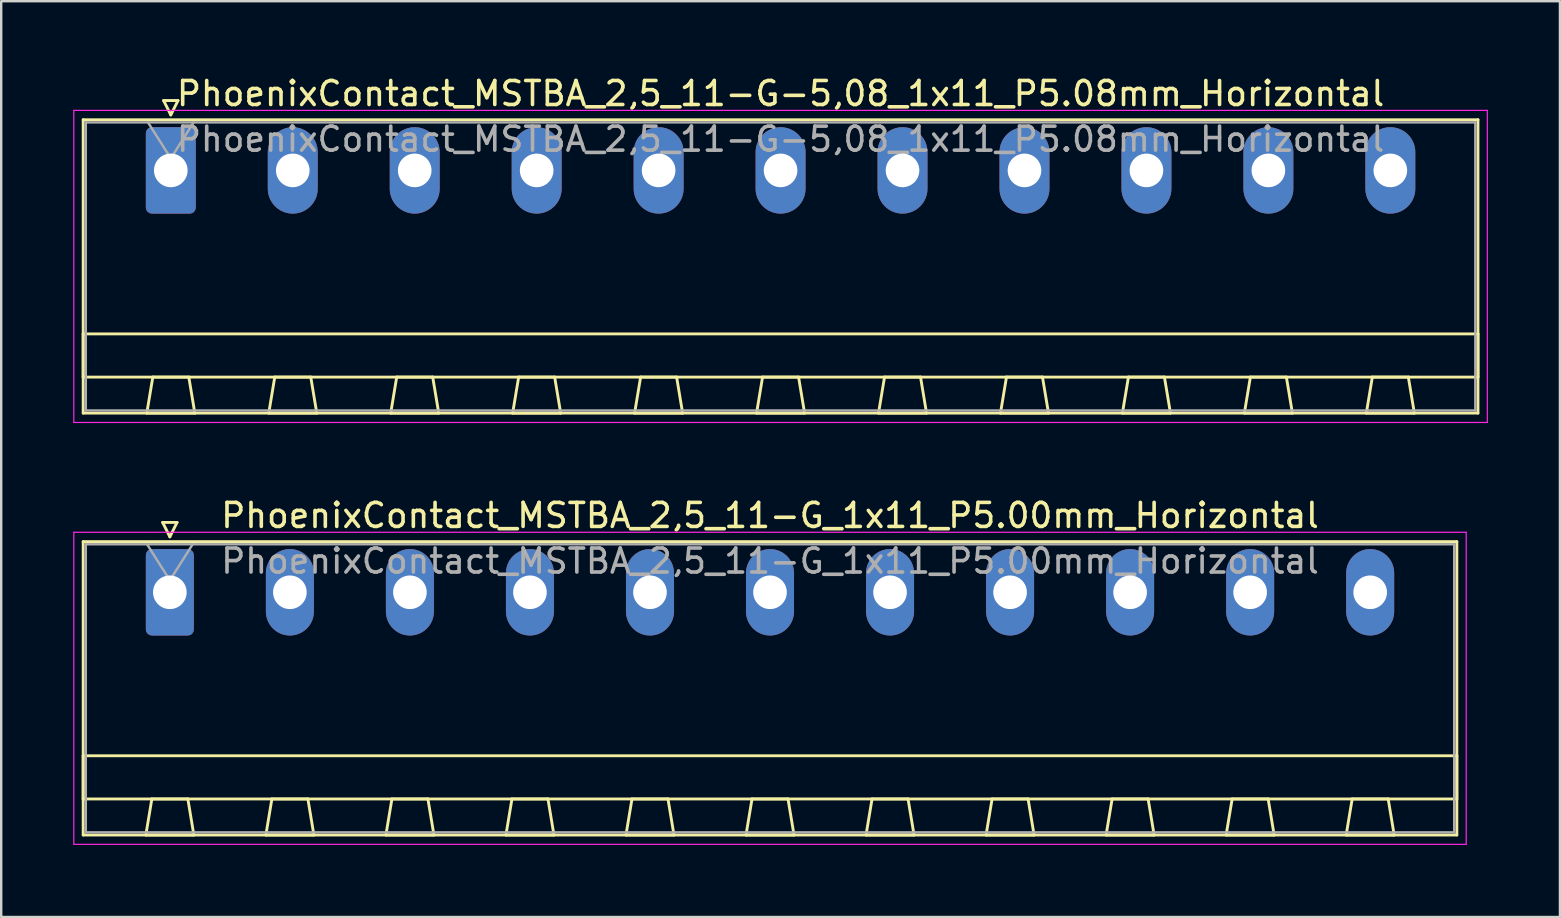
<source format=kicad_pcb>
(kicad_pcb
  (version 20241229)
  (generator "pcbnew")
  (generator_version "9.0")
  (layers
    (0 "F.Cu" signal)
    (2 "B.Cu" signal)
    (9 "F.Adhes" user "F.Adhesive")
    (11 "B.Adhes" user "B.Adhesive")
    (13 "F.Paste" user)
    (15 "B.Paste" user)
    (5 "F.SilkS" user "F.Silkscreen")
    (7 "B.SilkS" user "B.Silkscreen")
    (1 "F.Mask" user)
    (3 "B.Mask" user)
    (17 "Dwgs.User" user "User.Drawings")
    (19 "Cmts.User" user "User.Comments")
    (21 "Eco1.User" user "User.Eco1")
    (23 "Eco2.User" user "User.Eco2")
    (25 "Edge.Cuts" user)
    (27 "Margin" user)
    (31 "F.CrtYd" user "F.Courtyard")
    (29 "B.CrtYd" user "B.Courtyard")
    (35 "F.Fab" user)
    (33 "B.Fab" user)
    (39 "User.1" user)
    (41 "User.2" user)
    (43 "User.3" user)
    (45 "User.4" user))
  (footprint "PhoenixContact_MSTBA_2,5_11-G_1x11_P5.00mm_Horizontal"
    (layer "F.Cu")
    (at 4.025 21.622)
    (property "Reference" "PhoenixContact_MSTBA_2,5_11-G_1x11_P5.00mm_Horizontal" (at 25 -3.2 0) (layer "F.SilkS") (effects (font (size 1 1) (thickness 0.15))))
    (attr through_hole)
    (fp_line (start -3.61 -2.11) (end -3.61 10.11) (stroke (width 0.12) (type solid)) (layer "F.SilkS"))
    (fp_line (start -3.61 6.81) (end 53.61 6.81) (stroke (width 0.12) (type solid)) (layer "F.SilkS"))
    (fp_line (start -3.61 8.61) (end -3.61 6.81) (stroke (width 0.12) (type solid)) (layer "F.SilkS"))
    (fp_line (start -3.61 10.11) (end 53.61 10.11) (stroke (width 0.12) (type solid)) (layer "F.SilkS"))
    (fp_line (start -1 10.11) (end 1 10.11) (stroke (width 0.12) (type solid)) (layer "F.SilkS"))
    (fp_line (start -0.75 8.61) (end -1 10.11) (stroke (width 0.12) (type solid)) (layer "F.SilkS"))
    (fp_line (start -0.3 -2.91) (end 0.3 -2.91) (stroke (width 0.12) (type solid)) (layer "F.SilkS"))
    (fp_line (start 0 -2.31) (end -0.3 -2.91) (stroke (width 0.12) (type solid)) (layer "F.SilkS"))
    (fp_line (start 0.3 -2.91) (end 0 -2.31) (stroke (width 0.12) (type solid)) (layer "F.SilkS"))
    (fp_line (start 0.75 8.61) (end -0.75 8.61) (stroke (width 0.12) (type solid)) (layer "F.SilkS"))
    (fp_line (start 1 10.11) (end 0.75 8.61) (stroke (width 0.12) (type solid)) (layer "F.SilkS"))
    (fp_line (start 4 10.11) (end 6 10.11) (stroke (width 0.12) (type solid)) (layer "F.SilkS"))
    (fp_line (start 4.25 8.61) (end 4 10.11) (stroke (width 0.12) (type solid)) (layer "F.SilkS"))
    (fp_line (start 5.75 8.61) (end 4.25 8.61) (stroke (width 0.12) (type solid)) (layer "F.SilkS"))
    (fp_line (start 6 10.11) (end 5.75 8.61) (stroke (width 0.12) (type solid)) (layer "F.SilkS"))
    (fp_line (start 9 10.11) (end 11 10.11) (stroke (width 0.12) (type solid)) (layer "F.SilkS"))
    (fp_line (start 9.25 8.61) (end 9 10.11) (stroke (width 0.12) (type solid)) (layer "F.SilkS"))
    (fp_line (start 10.75 8.61) (end 9.25 8.61) (stroke (width 0.12) (type solid)) (layer "F.SilkS"))
    (fp_line (start 11 10.11) (end 10.75 8.61) (stroke (width 0.12) (type solid)) (layer "F.SilkS"))
    (fp_line (start 14 10.11) (end 16 10.11) (stroke (width 0.12) (type solid)) (layer "F.SilkS"))
    (fp_line (start 14.25 8.61) (end 14 10.11) (stroke (width 0.12) (type solid)) (layer "F.SilkS"))
    (fp_line (start 15.75 8.61) (end 14.25 8.61) (stroke (width 0.12) (type solid)) (layer "F.SilkS"))
    (fp_line (start 16 10.11) (end 15.75 8.61) (stroke (width 0.12) (type solid)) (layer "F.SilkS"))
    (fp_line (start 19 10.11) (end 21 10.11) (stroke (width 0.12) (type solid)) (layer "F.SilkS"))
    (fp_line (start 19.25 8.61) (end 19 10.11) (stroke (width 0.12) (type solid)) (layer "F.SilkS"))
    (fp_line (start 20.75 8.61) (end 19.25 8.61) (stroke (width 0.12) (type solid)) (layer "F.SilkS"))
    (fp_line (start 21 10.11) (end 20.75 8.61) (stroke (width 0.12) (type solid)) (layer "F.SilkS"))
    (fp_line (start 24 10.11) (end 26 10.11) (stroke (width 0.12) (type solid)) (layer "F.SilkS"))
    (fp_line (start 24.25 8.61) (end 24 10.11) (stroke (width 0.12) (type solid)) (layer "F.SilkS"))
    (fp_line (start 25.75 8.61) (end 24.25 8.61) (stroke (width 0.12) (type solid)) (layer "F.SilkS"))
    (fp_line (start 26 10.11) (end 25.75 8.61) (stroke (width 0.12) (type solid)) (layer "F.SilkS"))
    (fp_line (start 29 10.11) (end 31 10.11) (stroke (width 0.12) (type solid)) (layer "F.SilkS"))
    (fp_line (start 29.25 8.61) (end 29 10.11) (stroke (width 0.12) (type solid)) (layer "F.SilkS"))
    (fp_line (start 30.75 8.61) (end 29.25 8.61) (stroke (width 0.12) (type solid)) (layer "F.SilkS"))
    (fp_line (start 31 10.11) (end 30.75 8.61) (stroke (width 0.12) (type solid)) (layer "F.SilkS"))
    (fp_line (start 34 10.11) (end 36 10.11) (stroke (width 0.12) (type solid)) (layer "F.SilkS"))
    (fp_line (start 34.25 8.61) (end 34 10.11) (stroke (width 0.12) (type solid)) (layer "F.SilkS"))
    (fp_line (start 35.75 8.61) (end 34.25 8.61) (stroke (width 0.12) (type solid)) (layer "F.SilkS"))
    (fp_line (start 36 10.11) (end 35.75 8.61) (stroke (width 0.12) (type solid)) (layer "F.SilkS"))
    (fp_line (start 39 10.11) (end 41 10.11) (stroke (width 0.12) (type solid)) (layer "F.SilkS"))
    (fp_line (start 39.25 8.61) (end 39 10.11) (stroke (width 0.12) (type solid)) (layer "F.SilkS"))
    (fp_line (start 40.75 8.61) (end 39.25 8.61) (stroke (width 0.12) (type solid)) (layer "F.SilkS"))
    (fp_line (start 41 10.11) (end 40.75 8.61) (stroke (width 0.12) (type solid)) (layer "F.SilkS"))
    (fp_line (start 44 10.11) (end 46 10.11) (stroke (width 0.12) (type solid)) (layer "F.SilkS"))
    (fp_line (start 44.25 8.61) (end 44 10.11) (stroke (width 0.12) (type solid)) (layer "F.SilkS"))
    (fp_line (start 45.75 8.61) (end 44.25 8.61) (stroke (width 0.12) (type solid)) (layer "F.SilkS"))
    (fp_line (start 46 10.11) (end 45.75 8.61) (stroke (width 0.12) (type solid)) (layer "F.SilkS"))
    (fp_line (start 49 10.11) (end 51 10.11) (stroke (width 0.12) (type solid)) (layer "F.SilkS"))
    (fp_line (start 49.25 8.61) (end 49 10.11) (stroke (width 0.12) (type solid)) (layer "F.SilkS"))
    (fp_line (start 50.75 8.61) (end 49.25 8.61) (stroke (width 0.12) (type solid)) (layer "F.SilkS"))
    (fp_line (start 51 10.11) (end 50.75 8.61) (stroke (width 0.12) (type solid)) (layer "F.SilkS"))
    (fp_line (start 53.61 -2.11) (end -3.61 -2.11) (stroke (width 0.12) (type solid)) (layer "F.SilkS"))
    (fp_line (start 53.61 6.81) (end 53.61 8.61) (stroke (width 0.12) (type solid)) (layer "F.SilkS"))
    (fp_line (start 53.61 8.61) (end -3.61 8.61) (stroke (width 0.12) (type solid)) (layer "F.SilkS"))
    (fp_line (start 53.61 10.11) (end 53.61 -2.11) (stroke (width 0.12) (type solid)) (layer "F.SilkS"))
    (fp_line (start -4 -2.5) (end -4 10.5) (stroke (width 0.05) (type solid)) (layer "F.CrtYd"))
    (fp_line (start -4 10.5) (end 54 10.5) (stroke (width 0.05) (type solid)) (layer "F.CrtYd"))
    (fp_line (start 54 -2.5) (end -4 -2.5) (stroke (width 0.05) (type solid)) (layer "F.CrtYd"))
    (fp_line (start 54 10.5) (end 54 -2.5) (stroke (width 0.05) (type solid)) (layer "F.CrtYd"))
    (fp_line (start -3.5 -2) (end -3.5 10) (stroke (width 0.1) (type solid)) (layer "F.Fab"))
    (fp_line (start -3.5 10) (end 53.5 10) (stroke (width 0.1) (type solid)) (layer "F.Fab"))
    (fp_line (start 0 -0.5) (end -0.95 -2) (stroke (width 0.1) (type solid)) (layer "F.Fab"))
    (fp_line (start 0.95 -2) (end 0 -0.5) (stroke (width 0.1) (type solid)) (layer "F.Fab"))
    (fp_line (start 53.5 -2) (end -3.5 -2) (stroke (width 0.1) (type solid)) (layer "F.Fab"))
    (fp_line (start 53.5 10) (end 53.5 -2) (stroke (width 0.1) (type solid)) (layer "F.Fab"))
    (fp_text user "${REFERENCE}" (at 25 -1.3 0) (layer "F.Fab") (effects (font (size 1 1) (thickness 0.15))))
    (pad "1" thru_hole roundrect (at 0 0) (size 2 3.6) (drill 1.4) (layers "*.Cu" "*.Mask") (roundrect_rratio 0.125))
    (pad "2" thru_hole oval (at 5 0) (size 2 3.6) (drill 1.4) (layers "*.Cu" "*.Mask"))
    (pad "3" thru_hole oval (at 10 0) (size 2 3.6) (drill 1.4) (layers "*.Cu" "*.Mask"))
    (pad "4" thru_hole oval (at 15 0) (size 2 3.6) (drill 1.4) (layers "*.Cu" "*.Mask"))
    (pad "5" thru_hole oval (at 20 0) (size 2 3.6) (drill 1.4) (layers "*.Cu" "*.Mask"))
    (pad "6" thru_hole oval (at 25 0) (size 2 3.6) (drill 1.4) (layers "*.Cu" "*.Mask"))
    (pad "7" thru_hole oval (at 30 0) (size 2 3.6) (drill 1.4) (layers "*.Cu" "*.Mask"))
    (pad "8" thru_hole oval (at 35 0) (size 2 3.6) (drill 1.4) (layers "*.Cu" "*.Mask"))
    (pad "9" thru_hole oval (at 40 0) (size 2 3.6) (drill 1.4) (layers "*.Cu" "*.Mask"))
    (pad "10" thru_hole oval (at 45 0) (size 2 3.6) (drill 1.4) (layers "*.Cu" "*.Mask"))
    (pad "11" thru_hole oval (at 50 0) (size 2 3.6) (drill 1.4) (layers "*.Cu" "*.Mask")))
  (footprint "PhoenixContact_MSTBA_2,5_11-G-5,08_1x11_P5.08mm_Horizontal"
    (layer "F.Cu")
    (at 4.065 4.048)
    (property "Reference" "PhoenixContact_MSTBA_2,5_11-G-5,08_1x11_P5.08mm_Horizontal" (at 25.4 -3.2 0) (layer "F.SilkS") (effects (font (size 1 1) (thickness 0.15))))
    (attr through_hole)
    (fp_line (start -3.65 -2.11) (end -3.65 10.11) (stroke (width 0.12) (type solid)) (layer "F.SilkS"))
    (fp_line (start -3.65 6.81) (end 54.45 6.81) (stroke (width 0.12) (type solid)) (layer "F.SilkS"))
    (fp_line (start -3.65 8.61) (end -3.65 6.81) (stroke (width 0.12) (type solid)) (layer "F.SilkS"))
    (fp_line (start -3.65 10.11) (end 54.45 10.11) (stroke (width 0.12) (type solid)) (layer "F.SilkS"))
    (fp_line (start -1 10.11) (end 1 10.11) (stroke (width 0.12) (type solid)) (layer "F.SilkS"))
    (fp_line (start -0.75 8.61) (end -1 10.11) (stroke (width 0.12) (type solid)) (layer "F.SilkS"))
    (fp_line (start -0.3 -2.91) (end 0.3 -2.91) (stroke (width 0.12) (type solid)) (layer "F.SilkS"))
    (fp_line (start 0 -2.31) (end -0.3 -2.91) (stroke (width 0.12) (type solid)) (layer "F.SilkS"))
    (fp_line (start 0.3 -2.91) (end 0 -2.31) (stroke (width 0.12) (type solid)) (layer "F.SilkS"))
    (fp_line (start 0.75 8.61) (end -0.75 8.61) (stroke (width 0.12) (type solid)) (layer "F.SilkS"))
    (fp_line (start 1 10.11) (end 0.75 8.61) (stroke (width 0.12) (type solid)) (layer "F.SilkS"))
    (fp_line (start 4.08 10.11) (end 6.08 10.11) (stroke (width 0.12) (type solid)) (layer "F.SilkS"))
    (fp_line (start 4.33 8.61) (end 4.08 10.11) (stroke (width 0.12) (type solid)) (layer "F.SilkS"))
    (fp_line (start 5.83 8.61) (end 4.33 8.61) (stroke (width 0.12) (type solid)) (layer "F.SilkS"))
    (fp_line (start 6.08 10.11) (end 5.83 8.61) (stroke (width 0.12) (type solid)) (layer "F.SilkS"))
    (fp_line (start 9.16 10.11) (end 11.16 10.11) (stroke (width 0.12) (type solid)) (layer "F.SilkS"))
    (fp_line (start 9.41 8.61) (end 9.16 10.11) (stroke (width 0.12) (type solid)) (layer "F.SilkS"))
    (fp_line (start 10.91 8.61) (end 9.41 8.61) (stroke (width 0.12) (type solid)) (layer "F.SilkS"))
    (fp_line (start 11.16 10.11) (end 10.91 8.61) (stroke (width 0.12) (type solid)) (layer "F.SilkS"))
    (fp_line (start 14.24 10.11) (end 16.24 10.11) (stroke (width 0.12) (type solid)) (layer "F.SilkS"))
    (fp_line (start 14.49 8.61) (end 14.24 10.11) (stroke (width 0.12) (type solid)) (layer "F.SilkS"))
    (fp_line (start 15.99 8.61) (end 14.49 8.61) (stroke (width 0.12) (type solid)) (layer "F.SilkS"))
    (fp_line (start 16.24 10.11) (end 15.99 8.61) (stroke (width 0.12) (type solid)) (layer "F.SilkS"))
    (fp_line (start 19.32 10.11) (end 21.32 10.11) (stroke (width 0.12) (type solid)) (layer "F.SilkS"))
    (fp_line (start 19.57 8.61) (end 19.32 10.11) (stroke (width 0.12) (type solid)) (layer "F.SilkS"))
    (fp_line (start 21.07 8.61) (end 19.57 8.61) (stroke (width 0.12) (type solid)) (layer "F.SilkS"))
    (fp_line (start 21.32 10.11) (end 21.07 8.61) (stroke (width 0.12) (type solid)) (layer "F.SilkS"))
    (fp_line (start 24.4 10.11) (end 26.4 10.11) (stroke (width 0.12) (type solid)) (layer "F.SilkS"))
    (fp_line (start 24.65 8.61) (end 24.4 10.11) (stroke (width 0.12) (type solid)) (layer "F.SilkS"))
    (fp_line (start 26.15 8.61) (end 24.65 8.61) (stroke (width 0.12) (type solid)) (layer "F.SilkS"))
    (fp_line (start 26.4 10.11) (end 26.15 8.61) (stroke (width 0.12) (type solid)) (layer "F.SilkS"))
    (fp_line (start 29.48 10.11) (end 31.48 10.11) (stroke (width 0.12) (type solid)) (layer "F.SilkS"))
    (fp_line (start 29.73 8.61) (end 29.48 10.11) (stroke (width 0.12) (type solid)) (layer "F.SilkS"))
    (fp_line (start 31.23 8.61) (end 29.73 8.61) (stroke (width 0.12) (type solid)) (layer "F.SilkS"))
    (fp_line (start 31.48 10.11) (end 31.23 8.61) (stroke (width 0.12) (type solid)) (layer "F.SilkS"))
    (fp_line (start 34.56 10.11) (end 36.56 10.11) (stroke (width 0.12) (type solid)) (layer "F.SilkS"))
    (fp_line (start 34.81 8.61) (end 34.56 10.11) (stroke (width 0.12) (type solid)) (layer "F.SilkS"))
    (fp_line (start 36.31 8.61) (end 34.81 8.61) (stroke (width 0.12) (type solid)) (layer "F.SilkS"))
    (fp_line (start 36.56 10.11) (end 36.31 8.61) (stroke (width 0.12) (type solid)) (layer "F.SilkS"))
    (fp_line (start 39.64 10.11) (end 41.64 10.11) (stroke (width 0.12) (type solid)) (layer "F.SilkS"))
    (fp_line (start 39.89 8.61) (end 39.64 10.11) (stroke (width 0.12) (type solid)) (layer "F.SilkS"))
    (fp_line (start 41.39 8.61) (end 39.89 8.61) (stroke (width 0.12) (type solid)) (layer "F.SilkS"))
    (fp_line (start 41.64 10.11) (end 41.39 8.61) (stroke (width 0.12) (type solid)) (layer "F.SilkS"))
    (fp_line (start 44.72 10.11) (end 46.72 10.11) (stroke (width 0.12) (type solid)) (layer "F.SilkS"))
    (fp_line (start 44.97 8.61) (end 44.72 10.11) (stroke (width 0.12) (type solid)) (layer "F.SilkS"))
    (fp_line (start 46.47 8.61) (end 44.97 8.61) (stroke (width 0.12) (type solid)) (layer "F.SilkS"))
    (fp_line (start 46.72 10.11) (end 46.47 8.61) (stroke (width 0.12) (type solid)) (layer "F.SilkS"))
    (fp_line (start 49.8 10.11) (end 51.8 10.11) (stroke (width 0.12) (type solid)) (layer "F.SilkS"))
    (fp_line (start 50.05 8.61) (end 49.8 10.11) (stroke (width 0.12) (type solid)) (layer "F.SilkS"))
    (fp_line (start 51.55 8.61) (end 50.05 8.61) (stroke (width 0.12) (type solid)) (layer "F.SilkS"))
    (fp_line (start 51.8 10.11) (end 51.55 8.61) (stroke (width 0.12) (type solid)) (layer "F.SilkS"))
    (fp_line (start 54.45 -2.11) (end -3.65 -2.11) (stroke (width 0.12) (type solid)) (layer "F.SilkS"))
    (fp_line (start 54.45 6.81) (end 54.45 8.61) (stroke (width 0.12) (type solid)) (layer "F.SilkS"))
    (fp_line (start 54.45 8.61) (end -3.65 8.61) (stroke (width 0.12) (type solid)) (layer "F.SilkS"))
    (fp_line (start 54.45 10.11) (end 54.45 -2.11) (stroke (width 0.12) (type solid)) (layer "F.SilkS"))
    (fp_line (start -4.04 -2.5) (end -4.04 10.5) (stroke (width 0.05) (type solid)) (layer "F.CrtYd"))
    (fp_line (start -4.04 10.5) (end 54.84 10.5) (stroke (width 0.05) (type solid)) (layer "F.CrtYd"))
    (fp_line (start 54.84 -2.5) (end -4.04 -2.5) (stroke (width 0.05) (type solid)) (layer "F.CrtYd"))
    (fp_line (start 54.84 10.5) (end 54.84 -2.5) (stroke (width 0.05) (type solid)) (layer "F.CrtYd"))
    (fp_line (start -3.54 -2) (end -3.54 10) (stroke (width 0.1) (type solid)) (layer "F.Fab"))
    (fp_line (start -3.54 10) (end 54.34 10) (stroke (width 0.1) (type solid)) (layer "F.Fab"))
    (fp_line (start 0 -0.5) (end -0.95 -2) (stroke (width 0.1) (type solid)) (layer "F.Fab"))
    (fp_line (start 0.95 -2) (end 0 -0.5) (stroke (width 0.1) (type solid)) (layer "F.Fab"))
    (fp_line (start 54.34 -2) (end -3.54 -2) (stroke (width 0.1) (type solid)) (layer "F.Fab"))
    (fp_line (start 54.34 10) (end 54.34 -2) (stroke (width 0.1) (type solid)) (layer "F.Fab"))
    (fp_text user "${REFERENCE}" (at 25.4 -1.3 0) (layer "F.Fab") (effects (font (size 1 1) (thickness 0.15))))
    (pad "1" thru_hole roundrect (at 0 0) (size 2.08 3.6) (drill 1.4) (layers "*.Cu" "*.Mask") (roundrect_rratio 0.12))
    (pad "2" thru_hole oval (at 5.08 0) (size 2.08 3.6) (drill 1.4) (layers "*.Cu" "*.Mask"))
    (pad "3" thru_hole oval (at 10.16 0) (size 2.08 3.6) (drill 1.4) (layers "*.Cu" "*.Mask"))
    (pad "4" thru_hole oval (at 15.24 0) (size 2.08 3.6) (drill 1.4) (layers "*.Cu" "*.Mask"))
    (pad "5" thru_hole oval (at 20.32 0) (size 2.08 3.6) (drill 1.4) (layers "*.Cu" "*.Mask"))
    (pad "6" thru_hole oval (at 25.4 0) (size 2.08 3.6) (drill 1.4) (layers "*.Cu" "*.Mask"))
    (pad "7" thru_hole oval (at 30.48 0) (size 2.08 3.6) (drill 1.4) (layers "*.Cu" "*.Mask"))
    (pad "8" thru_hole oval (at 35.56 0) (size 2.08 3.6) (drill 1.4) (layers "*.Cu" "*.Mask"))
    (pad "9" thru_hole oval (at 40.64 0) (size 2.08 3.6) (drill 1.4) (layers "*.Cu" "*.Mask"))
    (pad "10" thru_hole oval (at 45.72 0) (size 2.08 3.6) (drill 1.4) (layers "*.Cu" "*.Mask"))
    (pad "11" thru_hole oval (at 50.8 0) (size 2.08 3.6) (drill 1.4) (layers "*.Cu" "*.Mask")))
  (gr_rect
    (start -3 -3)
    (end 61.93 35.147)
    (stroke (width 0.1) (type default))
    (fill no)
    (layer "Edge.Cuts")))
</source>
